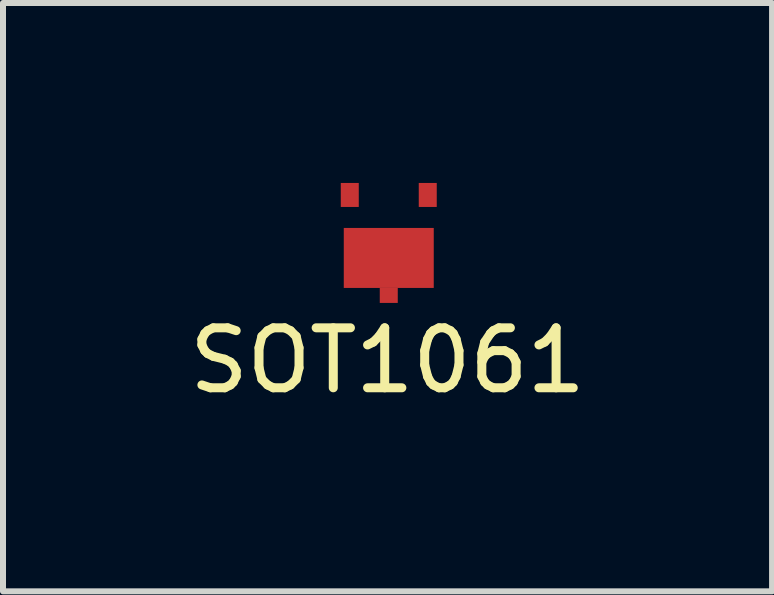
<source format=kicad_pcb>
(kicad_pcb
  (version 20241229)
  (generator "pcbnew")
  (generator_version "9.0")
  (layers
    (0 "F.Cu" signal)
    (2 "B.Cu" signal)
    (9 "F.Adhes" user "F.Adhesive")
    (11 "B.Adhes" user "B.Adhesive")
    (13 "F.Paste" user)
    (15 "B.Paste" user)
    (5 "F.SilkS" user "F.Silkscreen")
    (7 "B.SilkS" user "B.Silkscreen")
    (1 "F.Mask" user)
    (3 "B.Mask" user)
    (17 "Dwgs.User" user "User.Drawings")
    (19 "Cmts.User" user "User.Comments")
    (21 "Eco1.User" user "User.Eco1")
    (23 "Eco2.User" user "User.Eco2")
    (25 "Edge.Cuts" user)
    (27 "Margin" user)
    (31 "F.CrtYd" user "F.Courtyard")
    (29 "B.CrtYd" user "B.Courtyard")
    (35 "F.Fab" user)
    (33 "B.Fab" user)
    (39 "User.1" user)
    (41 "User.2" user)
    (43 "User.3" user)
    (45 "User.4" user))
  (footprint "SOT1061"
    (layer "F.Cu")
    (at 3.431 1)
    (property "Reference" "SOT1061" (at -0.02 1.96 0) (layer "F.SilkS") (effects (font (size 1 1) (thickness 0.15))))
    (attr through_hole)
    (pad "1" smd rect (at -0.65 -0.8) (size 0.3 0.4) (layers "F.Cu" "F.Mask" "F.Paste"))
    (pad "2" smd rect (at 0.65 -0.8) (size 0.3 0.4) (layers "F.Cu" "F.Mask" "F.Paste"))
    (pad "3" smd rect (at 0 0.25) (size 1.5 1) (layers "F.Cu" "F.Mask" "F.Paste"))
    (pad "3" smd rect (at 0 0.875) (size 0.3 0.25) (layers "F.Cu" "F.Mask" "F.Paste")))
  (gr_rect
    (start -3 -3)
    (end 9.821 6.808)
    (stroke (width 0.1) (type default))
    (fill no)
    (layer "Edge.Cuts")))
</source>
